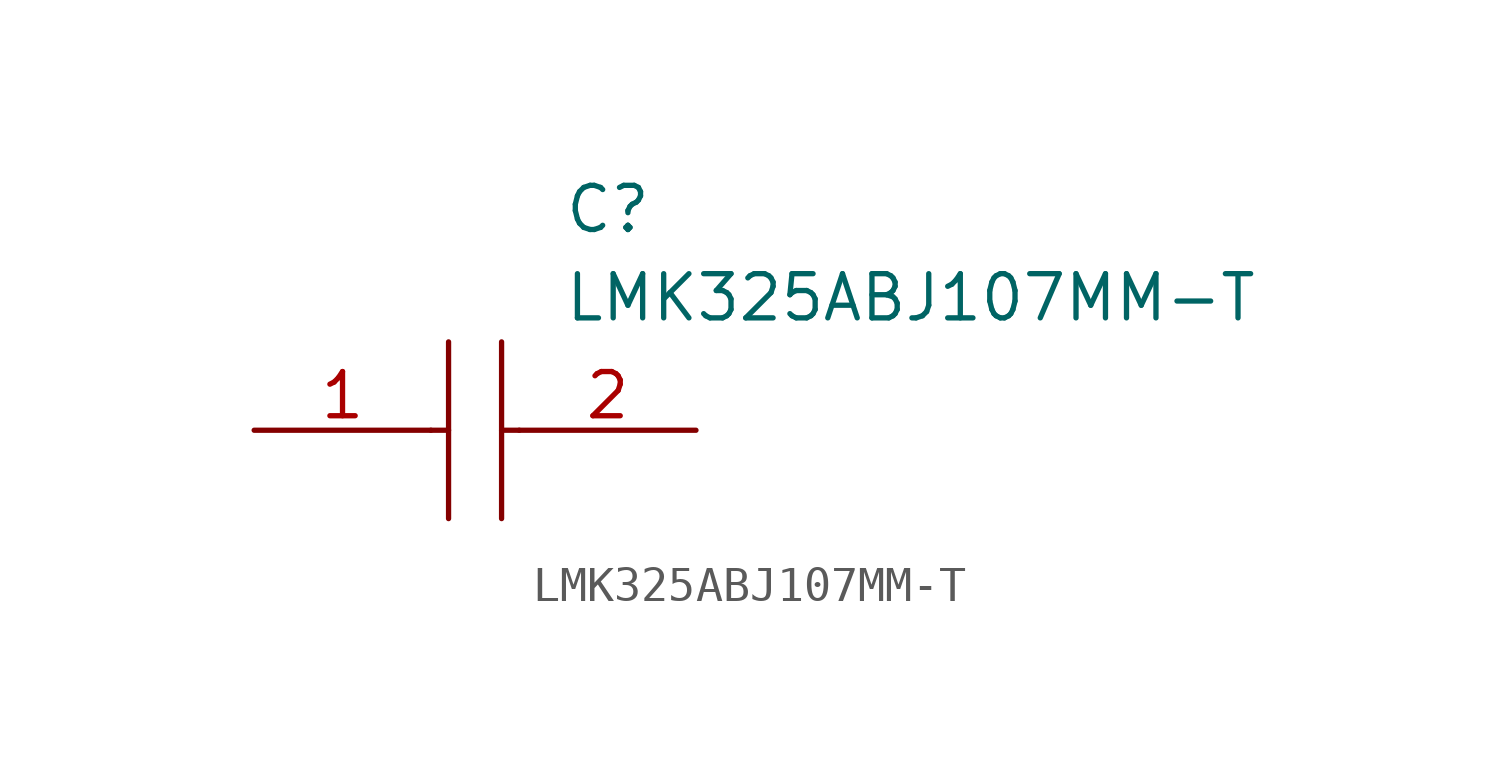
<source format=kicad_sym>
(kicad_symbol_lib
  (version 20211014)
  (generator kicad_symbol_editor)
  (symbol "LMK325ABJ107MM-T"
    (pin_names
      (offset 0.762))
    (property "Reference" "C"
      (at 8.89 6.35 0)
      (effects (font (size 1.27 1.27)) (justify left)))
    (property "Value" "LMK325ABJ107MM-T"
      (at 8.89 3.81 0)
      (effects (font (size 1.27 1.27)) (justify left)))
    (symbol "LMK325ABJ107MM-T_0_0"
      (pin passive line (at 0 0 0) (length 5.08) (name "~" (effects (font (size 1.27 1.27)))) (number "1" (effects (font (size 1.27 1.27)))))
      (pin passive line (at 12.7 0 180) (length 5.08) (name "~" (effects (font (size 1.27 1.27)))) (number "2" (effects (font (size 1.27 1.27))))))
    (symbol "LMK325ABJ107MM-T_0_1"
      (polyline (pts (xy 5.08 0) (xy 5.588 0)) (stroke (width 0.152) (type default) (color 0 0 0 0)) (fill (type background)))
      (polyline (pts (xy 5.588 2.54) (xy 5.588 -2.54)) (stroke (width 0.152) (type default) (color 0 0 0 0)) (fill (type background)))
      (polyline (pts (xy 7.112 0) (xy 7.62 0)) (stroke (width 0.152) (type default) (color 0 0 0 0)) (fill (type background)))
      (polyline (pts (xy 7.112 2.54) (xy 7.112 -2.54)) (stroke (width 0.152) (type default) (color 0 0 0 0)) (fill (type background))))))
</source>
